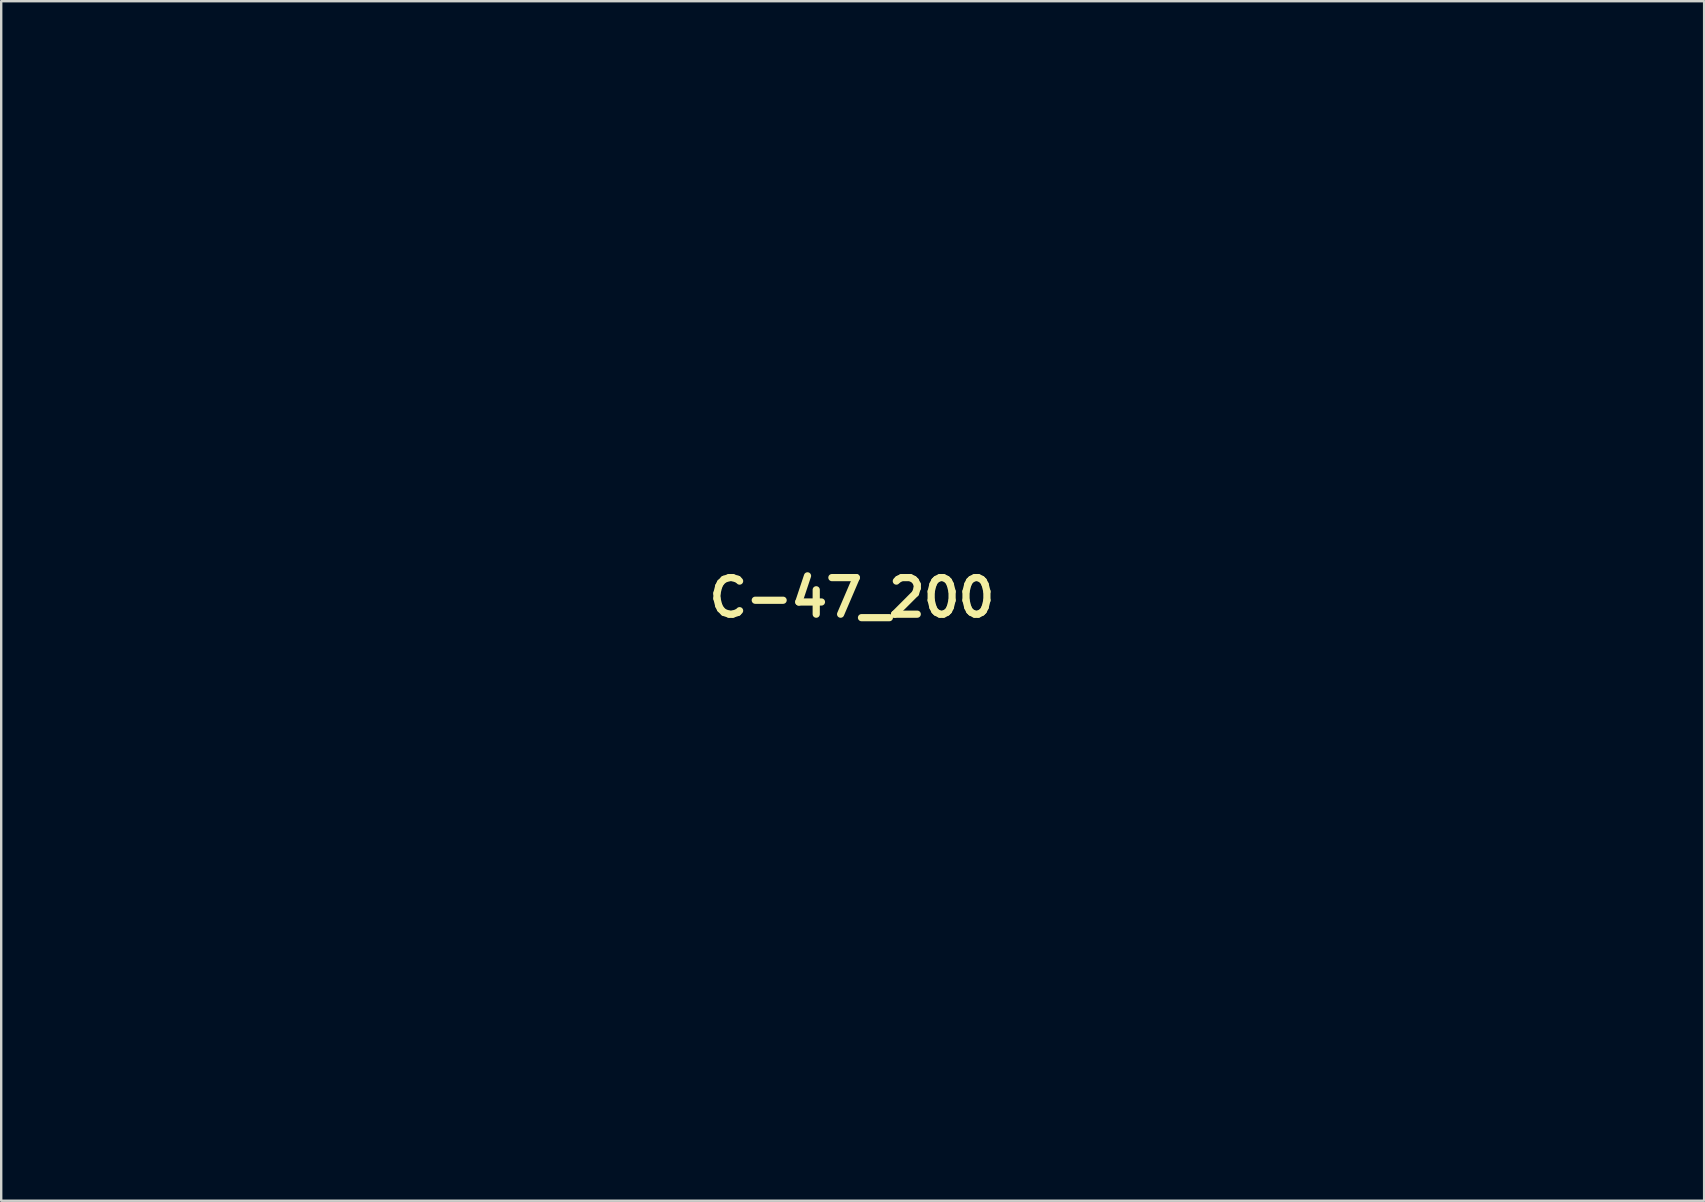
<source format=kicad_pcb>
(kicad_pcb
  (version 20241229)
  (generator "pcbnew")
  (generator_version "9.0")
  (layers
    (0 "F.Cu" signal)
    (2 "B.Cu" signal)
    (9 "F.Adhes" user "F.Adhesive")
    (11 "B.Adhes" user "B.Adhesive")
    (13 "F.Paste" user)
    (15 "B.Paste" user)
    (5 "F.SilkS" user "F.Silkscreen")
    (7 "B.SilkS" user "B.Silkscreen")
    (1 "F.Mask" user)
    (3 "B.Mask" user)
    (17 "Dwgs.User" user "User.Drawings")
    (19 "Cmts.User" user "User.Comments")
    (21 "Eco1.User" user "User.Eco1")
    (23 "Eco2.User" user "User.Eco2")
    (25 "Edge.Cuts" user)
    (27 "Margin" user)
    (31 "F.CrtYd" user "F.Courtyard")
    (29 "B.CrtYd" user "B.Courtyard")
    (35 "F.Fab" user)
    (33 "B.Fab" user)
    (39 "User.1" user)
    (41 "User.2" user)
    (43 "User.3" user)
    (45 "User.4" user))
  (footprint "C-47_200"
    (layer "F.Cu")
    (at 32.448 21.852)
    (property "Reference" "C-47_200" (at 0 0 0) (layer "F.SilkS") (effects (font (size 1.524 1.524) (thickness 0.3))))
    (attr through_hole)
    (fp_poly (pts (xy 0.366 -21.721) (xy 0.781 -21.353) (xy 0.815 -21.314) (xy 1.089 -20.948) (xy 1.331 -20.517) (xy 1.546 -20) (xy 1.736 -19.377) (xy 1.906 -18.626) (xy 2.06 -17.728) (xy 2.203 -16.66) (xy 2.337 -15.403) (xy 2.468 -13.935) (xy 2.599 -12.235) (xy 2.609 -12.097) (xy 2.694 -10.922) (xy 3.682 -10.922) (xy 4.67 -10.922) (xy 4.764 -12.732) (xy 4.81 -13.558) (xy 4.858 -14.165) (xy 4.92 -14.588) (xy 5.009 -14.862) (xy 5.136 -15.021) (xy 5.315 -15.099) (xy 5.558 -15.133) (xy 5.614 -15.137) (xy 6.16 -15.177) (xy 6.223 -15.875) (xy 6.285 -16.31) (xy 6.379 -16.529) (xy 6.477 -16.573) (xy 6.601 -16.496) (xy 6.675 -16.237) (xy 6.706 -15.907) (xy 6.738 -15.518) (xy 6.8 -15.32) (xy 6.928 -15.248) (xy 7.087 -15.238) (xy 7.4 -15.202) (xy 7.635 -15.077) (xy 7.801 -14.834) (xy 7.91 -14.442) (xy 7.973 -13.872) (xy 7.998 -13.093) (xy 8.001 -12.637) (xy 8.004 -11.944) (xy 8.018 -11.464) (xy 8.046 -11.157) (xy 8.095 -10.981) (xy 8.169 -10.896) (xy 8.223 -10.872) (xy 8.376 -10.828) (xy 8.755 -10.72) (xy 9.343 -10.551) (xy 10.121 -10.328) (xy 11.073 -10.056) (xy 12.181 -9.739) (xy 13.426 -9.383) (xy 14.791 -8.993) (xy 16.258 -8.574) (xy 17.809 -8.13) (xy 19.367 -7.685) (xy 20.993 -7.22) (xy 22.558 -6.771) (xy 24.044 -6.344) (xy 25.432 -5.945) (xy 26.704 -5.577) (xy 27.841 -5.248) (xy 28.825 -4.962) (xy 29.637 -4.724) (xy 30.259 -4.54) (xy 30.673 -4.416) (xy 30.854 -4.358) (xy 31.28 -4.146) (xy 31.739 -3.836) (xy 31.961 -3.65) (xy 32.505 -3.149) (xy 32.313 -2.691) (xy 32.077 -2.231) (xy 31.773 -1.881) (xy 31.329 -1.569) (xy 31.052 -1.415) (xy 30.416 -1.079) (xy 17.018 -1.014) (xy 15.196 -1.004) (xy 13.446 -0.995) (xy 11.785 -0.986) (xy 10.231 -0.976) (xy 8.798 -0.967) (xy 7.504 -0.958) (xy 6.366 -0.95) (xy 5.4 -0.942) (xy 4.623 -0.935) (xy 4.051 -0.928) (xy 3.7 -0.923) (xy 3.589 -0.918) (xy 3.503 -0.808) (xy 3.317 -0.557) (xy 3.176 -0.362) (xy 3.005 -0.113) (xy 2.895 0.109) (xy 2.831 0.369) (xy 2.802 0.731) (xy 2.793 1.26) (xy 2.793 1.511) (xy 2.781 2.179) (xy 2.751 2.996) (xy 2.706 3.856) (xy 2.654 4.636) (xy 2.602 5.371) (xy 2.56 6.101) (xy 2.531 6.746) (xy 2.521 7.226) (xy 2.521 7.268) (xy 2.499 7.829) (xy 2.436 8.498) (xy 2.345 9.137) (xy 2.338 9.173) (xy 2.253 9.661) (xy 2.139 10.331) (xy 2.007 11.113) (xy 1.871 11.938) (xy 1.787 12.446) (xy 1.425 14.668) (xy 1.697 14.937) (xy 1.883 15.063) (xy 2.267 15.276) (xy 2.814 15.558) (xy 3.489 15.894) (xy 4.258 16.264) (xy 4.95 16.588) (xy 5.94 17.052) (xy 6.725 17.432) (xy 7.333 17.744) (xy 7.795 18.004) (xy 8.138 18.227) (xy 8.391 18.428) (xy 8.466 18.499) (xy 8.903 19.081) (xy 9.117 19.71) (xy 9.115 20.341) (xy 8.904 20.929) (xy 8.493 21.432) (xy 7.903 21.799) (xy 7.612 21.875) (xy 7.114 21.938) (xy 6.395 21.991) (xy 5.443 22.034) (xy 4.919 22.051) (xy 2.349 22.126) (xy 1.732 21.79) (xy 1.224 21.571) (xy 0.832 21.547) (xy 0.508 21.723) (xy 0.355 21.889) (xy 0.146 22.072) (xy -0.04 22.035) (xy -0.458 21.735) (xy -0.732 21.561) (xy -0.933 21.498) (xy -1.133 21.536) (xy -1.402 21.66) (xy -1.601 21.759) (xy -1.878 21.889) (xy -2.127 21.98) (xy -2.399 22.039) (xy -2.747 22.072) (xy -3.222 22.084) (xy -3.877 22.083) (xy -4.226 22.081) (xy -4.975 22.068) (xy -5.702 22.047) (xy -6.338 22.018) (xy -6.812 21.986) (xy -6.921 21.975) (xy -7.767 21.79) (xy -8.414 21.46) (xy -8.857 20.987) (xy -9.089 20.381) (xy -9.105 19.732) (xy -8.889 19.127) (xy -8.528 18.635) (xy -8.346 18.459) (xy -8.096 18.268) (xy -7.752 18.048) (xy -7.288 17.784) (xy -6.676 17.461) (xy -5.891 17.064) (xy -4.906 16.579) (xy -4.731 16.493) (xy -3.727 15.999) (xy -2.934 15.601) (xy -2.33 15.285) (xy -1.895 15.042) (xy -1.608 14.859) (xy -1.449 14.725) (xy -1.397 14.627) (xy -1.397 14.622) (xy -1.413 14.423) (xy -1.459 14.017) (xy -1.528 13.449) (xy -1.615 12.763) (xy -1.71 12.048) (xy -1.957 10.127) (xy -2.17 8.299) (xy -2.346 6.598) (xy -2.481 5.06) (xy -2.573 3.719) (xy -2.599 3.175) (xy -2.641 2.198) (xy -2.68 1.44) (xy -2.725 0.866) (xy -2.78 0.44) (xy -2.853 0.128) (xy -2.95 -0.106) (xy -3.079 -0.298) (xy -3.245 -0.481) (xy -3.298 -0.533) (xy -3.776 -1.012) (xy -16.842 -1.008) (xy -18.981 -1.007) (xy -20.881 -1.008) (xy -22.557 -1.01) (xy -24.023 -1.013) (xy -25.294 -1.018) (xy -26.385 -1.024) (xy -27.311 -1.032) (xy -28.086 -1.043) (xy -28.726 -1.056) (xy -29.244 -1.071) (xy -29.657 -1.09) (xy -29.978 -1.111) (xy -30.222 -1.136) (xy -30.405 -1.163) (xy -30.541 -1.195) (xy -30.558 -1.2) (xy -31.199 -1.451) (xy -31.665 -1.79) (xy -32.035 -2.28) (xy -32.138 -2.464) (xy -32.443 -3.039) (xy -32.014 -3.482) (xy -31.657 -3.774) (xy -31.18 -4.069) (xy -30.81 -4.249) (xy -30.591 -4.325) (xy -30.155 -4.463) (xy -29.521 -4.657) (xy -28.713 -4.9) (xy -27.751 -5.187) (xy -26.655 -5.511) (xy -25.448 -5.866) (xy -24.151 -6.246) (xy -22.783 -6.645) (xy -21.368 -7.057) (xy -19.925 -7.476) (xy -18.476 -7.895) (xy -17.043 -8.309) (xy -15.645 -8.711) (xy -14.305 -9.095) (xy -13.043 -9.455) (xy -11.882 -9.785) (xy -10.841 -10.079) (xy -9.941 -10.331) (xy -9.206 -10.535) (xy -8.654 -10.684) (xy -8.308 -10.772) (xy -8.192 -10.795) (xy -8.092 -10.846) (xy -8.03 -11.027) (xy -7.997 -11.385) (xy -7.986 -11.779) (xy -7.975 -12.324) (xy -7.962 -12.829) (xy -7.949 -13.191) (xy -7.949 -13.208) (xy -7.928 -13.64) (xy -7.904 -14.121) (xy -7.901 -14.192) (xy -7.784 -14.722) (xy -7.508 -15.077) (xy -7.094 -15.234) (xy -6.985 -15.24) (xy -6.759 -15.254) (xy -6.647 -15.339) (xy -6.608 -15.561) (xy -6.604 -15.875) (xy -6.59 -16.258) (xy -6.531 -16.448) (xy -6.406 -16.508) (xy -6.364 -16.51) (xy -6.135 -16.426) (xy -6.008 -16.154) (xy -5.969 -15.674) (xy -5.946 -15.38) (xy -5.833 -15.261) (xy -5.591 -15.24) (xy -5.308 -15.203) (xy -5.094 -15.073) (xy -4.939 -14.818) (xy -4.834 -14.41) (xy -4.766 -13.816) (xy -4.726 -13.008) (xy -4.718 -12.739) (xy -4.671 -10.922) (xy -3.632 -10.922) (xy -2.593 -10.922) (xy -2.437 -13.373) (xy -2.297 -15.192) (xy -2.122 -16.771) (xy -1.911 -18.121) (xy -1.661 -19.254) (xy -1.37 -20.18) (xy -1.127 -20.742) (xy -0.758 -21.36) (xy -0.393 -21.727) (xy -0.021 -21.847) (xy 0.366 -21.721)) (stroke (width 0.01) (type solid)) (fill yes) (layer "F.Mask")))
  (gr_rect
    (start -3 -3)
    (end 67.958 46.982)
    (stroke (width 0.1) (type default))
    (fill no)
    (layer "Edge.Cuts")))
</source>
